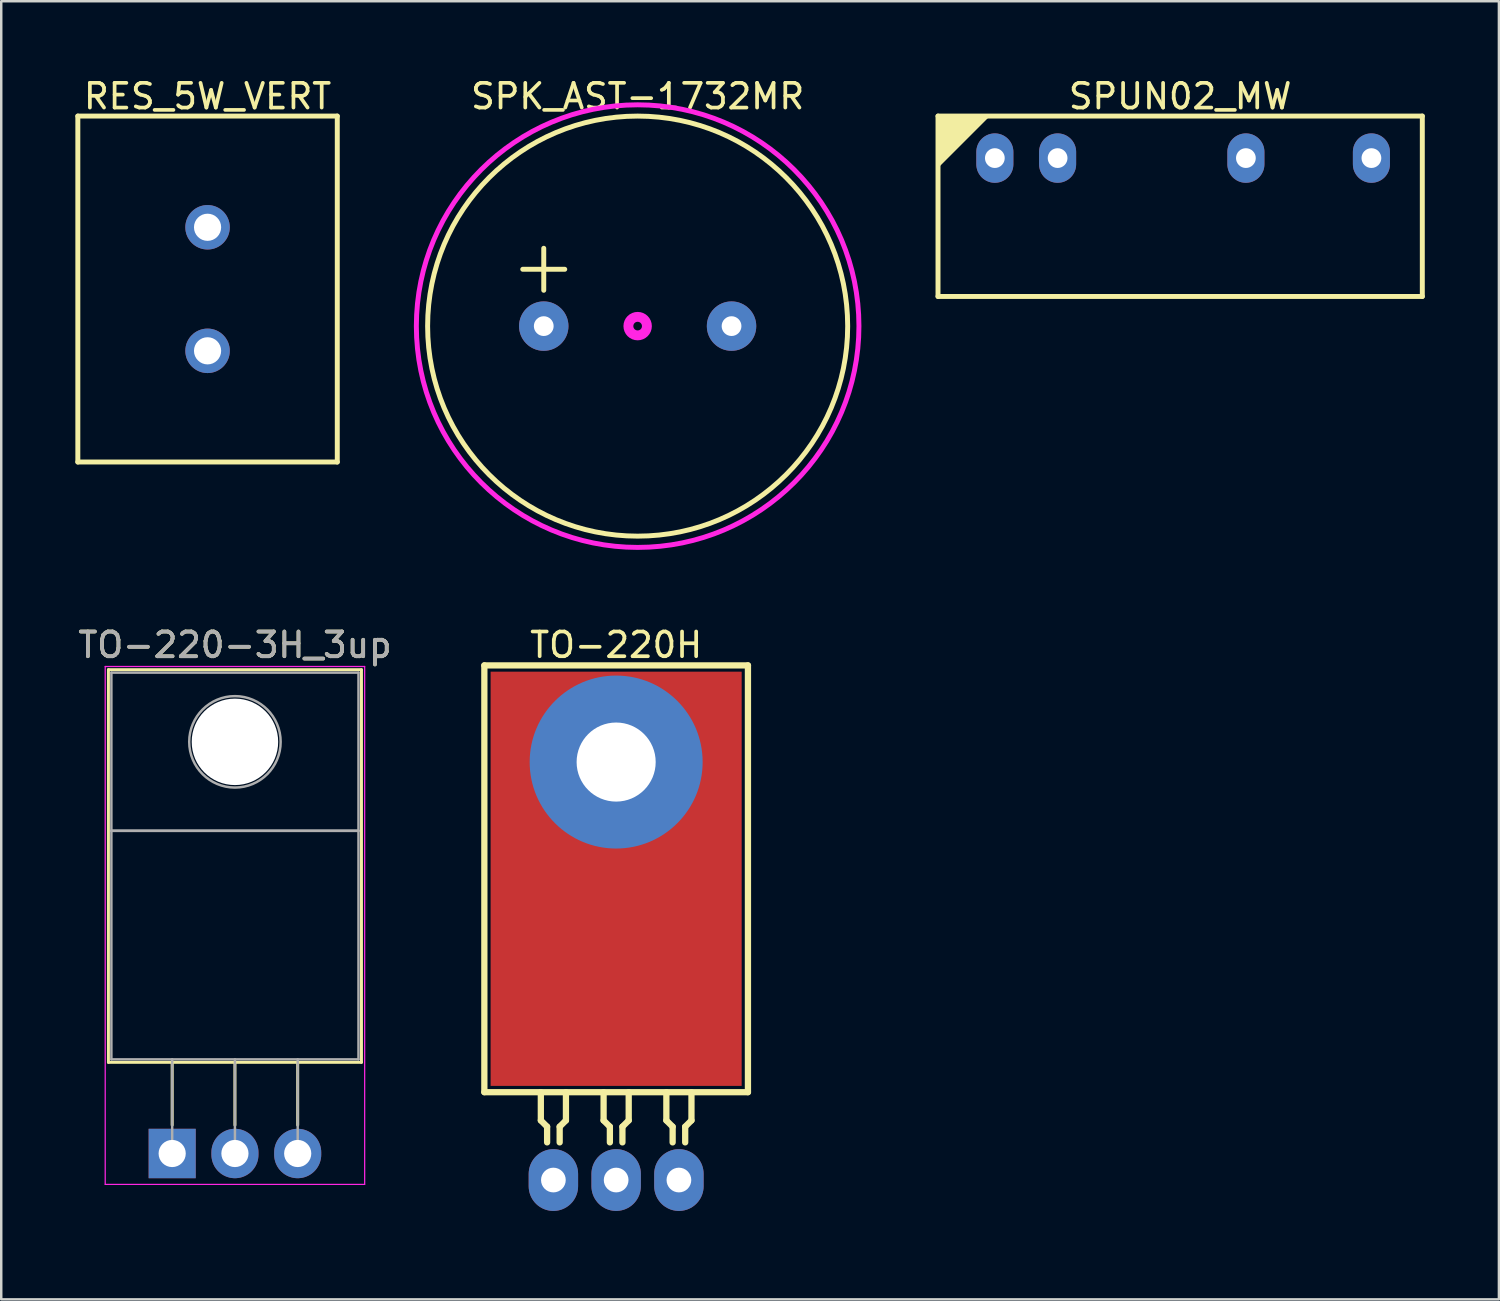
<source format=kicad_pcb>
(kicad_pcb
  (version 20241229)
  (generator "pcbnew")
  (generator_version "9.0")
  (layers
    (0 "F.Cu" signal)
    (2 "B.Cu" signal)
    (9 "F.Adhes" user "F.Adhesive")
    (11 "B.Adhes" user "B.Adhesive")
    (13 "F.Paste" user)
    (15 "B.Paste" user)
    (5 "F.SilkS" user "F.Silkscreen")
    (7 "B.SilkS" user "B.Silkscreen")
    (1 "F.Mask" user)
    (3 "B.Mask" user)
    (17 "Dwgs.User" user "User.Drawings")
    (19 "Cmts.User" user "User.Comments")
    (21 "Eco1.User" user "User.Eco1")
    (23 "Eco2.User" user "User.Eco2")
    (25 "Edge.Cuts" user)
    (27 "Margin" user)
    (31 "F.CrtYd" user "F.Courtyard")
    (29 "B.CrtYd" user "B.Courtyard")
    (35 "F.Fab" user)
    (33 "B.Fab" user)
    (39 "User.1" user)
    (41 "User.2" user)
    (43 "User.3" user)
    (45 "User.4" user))
  (footprint "TO-220-3H_3up"
    (layer "F.Cu")
    (at 3.918 43.633)
    (property "Reference" "TO-220-3H_3up" (at 2.54 -20.58 0) (layer "F.SilkS") (effects (font (size 1 1) (thickness 0.15))))
    (attr through_hole)
    (fp_line (start -2.58 -19.58) (end -2.58 -3.69) (stroke (width 0.12) (type solid)) (layer "F.SilkS"))
    (fp_line (start -2.58 -19.58) (end 7.66 -19.58) (stroke (width 0.12) (type solid)) (layer "F.SilkS"))
    (fp_line (start -2.58 -3.69) (end 7.66 -3.69) (stroke (width 0.12) (type solid)) (layer "F.SilkS"))
    (fp_line (start 0 -3.69) (end 0 -1.15) (stroke (width 0.12) (type solid)) (layer "F.SilkS"))
    (fp_line (start 2.54 -3.69) (end 2.54 -1.15) (stroke (width 0.12) (type solid)) (layer "F.SilkS"))
    (fp_line (start 5.08 -3.69) (end 5.08 -1.15) (stroke (width 0.12) (type solid)) (layer "F.SilkS"))
    (fp_line (start 7.66 -19.58) (end 7.66 -3.69) (stroke (width 0.12) (type solid)) (layer "F.SilkS"))
    (fp_line (start -2.71 -19.71) (end -2.71 1.25) (stroke (width 0.05) (type solid)) (layer "F.CrtYd"))
    (fp_line (start -2.71 1.25) (end 7.79 1.25) (stroke (width 0.05) (type solid)) (layer "F.CrtYd"))
    (fp_line (start 7.79 -19.71) (end -2.71 -19.71) (stroke (width 0.05) (type solid)) (layer "F.CrtYd"))
    (fp_line (start 7.79 1.25) (end 7.79 -19.71) (stroke (width 0.05) (type solid)) (layer "F.CrtYd"))
    (fp_line (start -2.46 -19.46) (end 7.54 -19.46) (stroke (width 0.1) (type solid)) (layer "F.Fab"))
    (fp_line (start -2.46 -13.06) (end -2.46 -19.46) (stroke (width 0.1) (type solid)) (layer "F.Fab"))
    (fp_line (start -2.46 -13.06) (end 7.54 -13.06) (stroke (width 0.1) (type solid)) (layer "F.Fab"))
    (fp_line (start -2.46 -3.81) (end -2.46 -13.06) (stroke (width 0.1) (type solid)) (layer "F.Fab"))
    (fp_line (start 0 -3.81) (end 0 0) (stroke (width 0.1) (type solid)) (layer "F.Fab"))
    (fp_line (start 2.54 -3.81) (end 2.54 0) (stroke (width 0.1) (type solid)) (layer "F.Fab"))
    (fp_line (start 5.08 -3.81) (end 5.08 0) (stroke (width 0.1) (type solid)) (layer "F.Fab"))
    (fp_line (start 7.54 -19.46) (end 7.54 -13.06) (stroke (width 0.1) (type solid)) (layer "F.Fab"))
    (fp_line (start 7.54 -13.06) (end -2.46 -13.06) (stroke (width 0.1) (type solid)) (layer "F.Fab"))
    (fp_line (start 7.54 -13.06) (end 7.54 -3.81) (stroke (width 0.1) (type solid)) (layer "F.Fab"))
    (fp_line (start 7.54 -3.81) (end -2.46 -3.81) (stroke (width 0.1) (type solid)) (layer "F.Fab"))
    (fp_circle (center 2.54 -16.66) (end 4.39 -16.66) (stroke (width 0.1) (type solid)) (fill no) (layer "F.Fab"))
    (fp_text user "${REFERENCE}" (at 2.54 -20.58 0) (layer "F.Fab") (effects (font (size 1 1) (thickness 0.15))))
    (pad "" np_thru_hole oval (at 2.54 -16.66) (size 3.5 3.5) (drill 3.5) (layers "*.Cu" "*.Mask"))
    (pad "1" thru_hole rect (at 0 0) (size 1.905 2) (drill 1.1) (layers "*.Cu" "*.Mask"))
    (pad "2" thru_hole oval (at 2.54 0) (size 1.905 2) (drill 1.1) (layers "*.Cu" "*.Mask"))
    (pad "3" thru_hole oval (at 5.08 0) (size 1.905 2) (drill 1.1) (layers "*.Cu" "*.Mask")))
  (footprint "SPK_AST-1732MR"
    (layer "F.Cu")
    (at 22.756 10.148)
    (property "Reference" "SPK_AST-1732MR" (at 0 -9.3 0) (layer "F.SilkS") (effects (font (size 1 1) (thickness 0.15))))
    (fp_line (start -4.65 -2.3) (end -2.95 -2.3) (stroke (width 0.2) (type solid)) (layer "F.SilkS"))
    (fp_line (start -3.8 -1.45) (end -3.8 -3.15) (stroke (width 0.2) (type solid)) (layer "F.SilkS"))
    (fp_circle (center 0 0) (end 0 -8.5) (stroke (width 0.2) (type solid)) (fill no) (layer "F.SilkS"))
    (fp_circle (center 0 0) (end 0 -8.956) (stroke (width 0.2) (type solid)) (fill no) (layer "F.CrtYd"))
    (fp_circle (center 0 0) (end 0 -0.175) (stroke (width 0.4) (type solid)) (fill no) (layer "F.CrtYd"))
    (pad "1" thru_hole circle (at -3.8 0) (size 2 2) (drill 0.8) (layers "*.Cu" "*.Mask"))
    (pad "2" thru_hole circle (at 3.8 0) (size 2 2) (drill 0.8) (layers "*.Cu" "*.Mask")))
  (footprint "SPUN02_MW"
    (layer "F.Cu")
    (at 37.212 3.348)
    (property "Reference" "SPUN02_MW" (at 7.5 -2.5 0) (layer "F.SilkS") (effects (font (size 1 1) (thickness 0.15))))
    (fp_line (start -2.3 -1.7) (end 17.3 -1.7) (stroke (width 0.2) (type solid)) (layer "F.SilkS"))
    (fp_line (start -2.3 5.6) (end -2.3 -1.7) (stroke (width 0.2) (type solid)) (layer "F.SilkS"))
    (fp_line (start -2.3 5.6) (end 17.3 5.6) (stroke (width 0.2) (type solid)) (layer "F.SilkS"))
    (fp_line (start 17.3 5.6) (end 17.3 -1.7) (stroke (width 0.2) (type solid)) (layer "F.SilkS"))
    (fp_poly (pts (xy -0.15 -1.75) (xy -2.25 0.35) (xy -2.25 -1.75)) (stroke (width 0) (type default)) (fill yes) (layer "F.SilkS"))
    (pad "1" thru_hole oval (at 0 0 180) (size 1.5 2) (drill 0.8) (layers "*.Cu" "*.Mask"))
    (pad "2" thru_hole oval (at 2.54 0 180) (size 1.5 2) (drill 0.8) (layers "*.Cu" "*.Mask"))
    (pad "5" thru_hole oval (at 10.16 0 180) (size 1.5 2) (drill 0.8) (layers "*.Cu" "*.Mask"))
    (pad "7" thru_hole oval (at 15.24 0 180) (size 1.5 2) (drill 0.8) (layers "*.Cu" "*.Mask")))
  (footprint "TO-220H"
    (layer "F.Cu")
    (at 21.886 36.249)
    (property "Reference" "TO-220H" (at 0 -13.197 0) (layer "F.SilkS") (effects (font (size 1 1) (thickness 0.15))))
    (fp_line (start -5.334 -12.37) (end 5.334 -12.37) (stroke (width 0.254) (type solid)) (layer "F.SilkS"))
    (fp_line (start -5.334 4.902) (end -5.334 -12.37) (stroke (width 0.254) (type solid)) (layer "F.SilkS"))
    (fp_line (start -5.334 4.902) (end 5.334 4.902) (stroke (width 0.254) (type solid)) (layer "F.SilkS"))
    (fp_line (start -3.048 6.045) (end -3.048 4.902) (stroke (width 0.254) (type solid)) (layer "F.SilkS"))
    (fp_line (start -3.048 6.045) (end -2.794 6.299) (stroke (width 0.254) (type solid)) (layer "F.SilkS"))
    (fp_line (start -2.794 6.934) (end -2.794 6.299) (stroke (width 0.254) (type solid)) (layer "F.SilkS"))
    (fp_line (start -2.286 6.299) (end -2.032 6.045) (stroke (width 0.254) (type solid)) (layer "F.SilkS"))
    (fp_line (start -2.286 6.934) (end -2.286 6.299) (stroke (width 0.254) (type solid)) (layer "F.SilkS"))
    (fp_line (start -2.032 6.045) (end -2.032 4.902) (stroke (width 0.254) (type solid)) (layer "F.SilkS"))
    (fp_line (start -0.508 6.045) (end -0.508 4.902) (stroke (width 0.254) (type solid)) (layer "F.SilkS"))
    (fp_line (start -0.508 6.045) (end -0.254 6.299) (stroke (width 0.254) (type solid)) (layer "F.SilkS"))
    (fp_line (start -0.254 6.934) (end -0.254 6.299) (stroke (width 0.254) (type solid)) (layer "F.SilkS"))
    (fp_line (start 0.254 6.299) (end 0.508 6.045) (stroke (width 0.254) (type solid)) (layer "F.SilkS"))
    (fp_line (start 0.254 6.934) (end 0.254 6.299) (stroke (width 0.254) (type solid)) (layer "F.SilkS"))
    (fp_line (start 0.508 6.045) (end 0.508 4.902) (stroke (width 0.254) (type solid)) (layer "F.SilkS"))
    (fp_line (start 2.032 6.045) (end 2.032 4.902) (stroke (width 0.254) (type solid)) (layer "F.SilkS"))
    (fp_line (start 2.032 6.045) (end 2.286 6.299) (stroke (width 0.254) (type solid)) (layer "F.SilkS"))
    (fp_line (start 2.286 6.934) (end 2.286 6.299) (stroke (width 0.254) (type solid)) (layer "F.SilkS"))
    (fp_line (start 2.794 6.299) (end 3.048 6.045) (stroke (width 0.254) (type solid)) (layer "F.SilkS"))
    (fp_line (start 2.794 6.934) (end 2.794 6.299) (stroke (width 0.254) (type solid)) (layer "F.SilkS"))
    (fp_line (start 3.048 6.045) (end 3.048 4.902) (stroke (width 0.254) (type solid)) (layer "F.SilkS"))
    (fp_line (start 5.334 4.902) (end 5.334 -12.37) (stroke (width 0.254) (type solid)) (layer "F.SilkS"))
    (fp_line (start -5.842 -12.954) (end 5.842 -12.954) (stroke (width 0.254) (type solid)) (layer "Eco2.User"))
    (fp_line (start -5.842 10.16) (end -5.842 -12.954) (stroke (width 0.254) (type solid)) (layer "Eco2.User"))
    (fp_line (start -5.842 10.16) (end 5.842 10.16) (stroke (width 0.254) (type solid)) (layer "Eco2.User"))
    (fp_line (start 5.842 10.16) (end 5.842 -12.954) (stroke (width 0.254) (type solid)) (layer "Eco2.User"))
    (fp_circle (center 0 0) (end 0 -0.149) (stroke (width 0.4) (type solid)) (fill no) (layer "Eco2.User"))
    (pad "1" thru_hole oval (at -2.54 8.458) (size 2 2.5) (drill 1) (layers "*.Cu" "*.Mask"))
    (pad "2" thru_hole circle (at 0 -8.458) (size 7 7) (drill 3.2) (layers "*.Cu" "*.Mask"))
    (pad "2" smd rect (at 0 -3.734) (size 10.16 16.764) (layers "F.Cu"))
    (pad "2" thru_hole oval (at 0 8.458) (size 2 2.5) (drill 1) (layers "*.Cu" "*.Mask"))
    (pad "3" thru_hole oval (at 2.54 8.458 180) (size 2 2.5) (drill 1) (layers "*.Cu" "*.Mask")))
  (footprint "RES_5W_VERT"
    (layer "F.Cu")
    (at 5.35 8.648)
    (property "Reference" "RES_5W_VERT" (at 0 -7.8 0) (layer "F.SilkS") (effects (font (size 1 1) (thickness 0.15))))
    (fp_line (start -5.25 -7) (end 5.25 -7) (stroke (width 0.2) (type solid)) (layer "F.SilkS"))
    (fp_line (start -5.25 7) (end -5.25 -7) (stroke (width 0.2) (type solid)) (layer "F.SilkS"))
    (fp_line (start -5.25 7) (end 5.25 7) (stroke (width 0.2) (type solid)) (layer "F.SilkS"))
    (fp_line (start 5.25 7) (end 5.25 -7) (stroke (width 0.2) (type solid)) (layer "F.SilkS"))
    (fp_line (start -5.25 -7) (end 5.25 -7) (stroke (width 0.1) (type solid)) (layer "Eco2.User"))
    (fp_line (start -5.25 7) (end -5.25 -7) (stroke (width 0.1) (type solid)) (layer "Eco2.User"))
    (fp_line (start -5.25 7) (end 5.25 7) (stroke (width 0.1) (type solid)) (layer "Eco2.User"))
    (fp_line (start 5.25 7) (end 5.25 -7) (stroke (width 0.1) (type solid)) (layer "Eco2.User"))
    (fp_circle (center 0 0) (end 0 -0.224) (stroke (width 0.5) (type solid)) (fill no) (layer "Eco2.User"))
    (pad "1" thru_hole circle (at 0 -2.5 270) (size 1.8 1.8) (drill 1.1) (layers "*.Cu" "*.Mask"))
    (pad "2" thru_hole circle (at 0 2.5 270) (size 1.8 1.8) (drill 1.1) (layers "*.Cu" "*.Mask")))
  (gr_rect
    (start -3 -3)
    (end 57.612 49.536)
    (stroke (width 0.1) (type default))
    (fill no)
    (layer "Edge.Cuts")))
</source>
